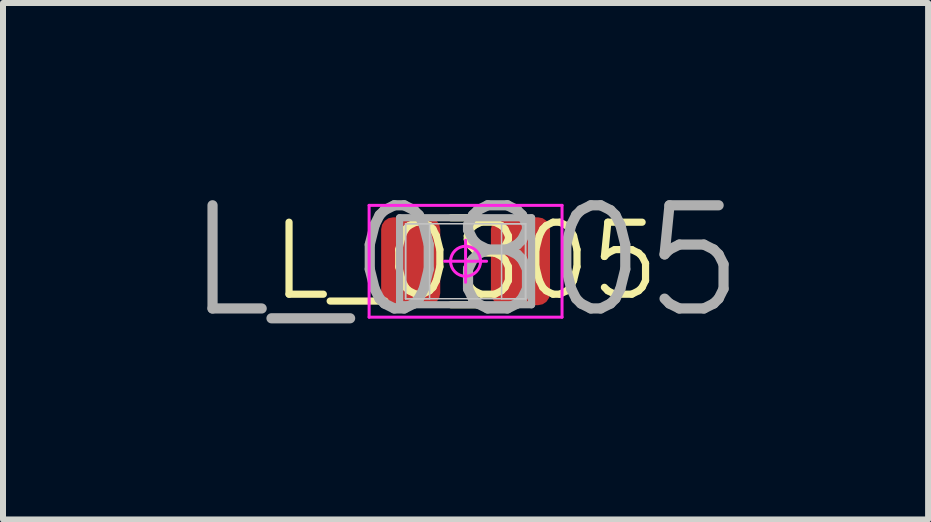
<source format=kicad_pcb>
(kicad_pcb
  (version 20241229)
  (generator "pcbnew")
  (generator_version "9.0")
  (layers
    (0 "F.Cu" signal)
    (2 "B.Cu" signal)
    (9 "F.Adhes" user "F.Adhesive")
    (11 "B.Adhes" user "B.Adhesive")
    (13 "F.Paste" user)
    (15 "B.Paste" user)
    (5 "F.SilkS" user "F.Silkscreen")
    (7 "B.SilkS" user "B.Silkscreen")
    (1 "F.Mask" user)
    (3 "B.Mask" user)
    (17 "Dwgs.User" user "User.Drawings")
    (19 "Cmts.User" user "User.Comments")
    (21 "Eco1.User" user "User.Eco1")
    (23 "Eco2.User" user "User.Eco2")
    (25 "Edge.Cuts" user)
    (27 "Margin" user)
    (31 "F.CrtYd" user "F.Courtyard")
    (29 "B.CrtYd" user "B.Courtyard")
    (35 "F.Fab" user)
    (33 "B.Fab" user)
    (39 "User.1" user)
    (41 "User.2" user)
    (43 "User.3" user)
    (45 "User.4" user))
  (footprint "L_0805"
    (layer "F.Cu")
    (at 4.711 1.305)
    (property "Reference" "L_0805" (at 0 0 0) (layer "F.SilkS") (effects (font (size 1.2 1.2) (thickness 0.12))))
    (attr smd)
    (fp_line (start -0.242 -0.725) (end 0.242 -0.725) (stroke (width 0.12) (type solid)) (layer "F.SilkS"))
    (fp_line (start -0.242 0.725) (end 0.242 0.725) (stroke (width 0.12) (type solid)) (layer "F.SilkS"))
    (fp_line (start -1 -0.625) (end -0.6 -0.625) (stroke (width 0.025) (type solid)) (layer "Dwgs.User"))
    (fp_line (start -1 -0.625) (end 1 -0.625) (stroke (width 0.025) (type solid)) (layer "Dwgs.User"))
    (fp_line (start -1 0.625) (end -1 -0.625) (stroke (width 0.025) (type solid)) (layer "Dwgs.User"))
    (fp_line (start -1 0.625) (end -1 -0.625) (stroke (width 0.025) (type solid)) (layer "Dwgs.User"))
    (fp_line (start -0.6 -0.625) (end -0.6 0.625) (stroke (width 0.025) (type solid)) (layer "Dwgs.User"))
    (fp_line (start -0.6 0.625) (end -1 0.625) (stroke (width 0.025) (type solid)) (layer "Dwgs.User"))
    (fp_line (start 0.6 -0.625) (end 1 -0.625) (stroke (width 0.025) (type solid)) (layer "Dwgs.User"))
    (fp_line (start 0.6 0.625) (end 0.6 -0.625) (stroke (width 0.025) (type solid)) (layer "Dwgs.User"))
    (fp_line (start 1 -0.625) (end 1 0.625) (stroke (width 0.025) (type solid)) (layer "Dwgs.User"))
    (fp_line (start 1 -0.625) (end 1 0.625) (stroke (width 0.025) (type solid)) (layer "Dwgs.User"))
    (fp_line (start 1 0.625) (end -1 0.625) (stroke (width 0.025) (type solid)) (layer "Dwgs.User"))
    (fp_line (start 1 0.625) (end 0.6 0.625) (stroke (width 0.025) (type solid)) (layer "Dwgs.User"))
    (fp_line (start -1.608 -0.932) (end 1.608 -0.932) (stroke (width 0.05) (type solid)) (layer "F.CrtYd"))
    (fp_line (start -1.608 0.932) (end -1.608 -0.932) (stroke (width 0.05) (type solid)) (layer "F.CrtYd"))
    (fp_line (start 0 -0.35) (end 0 0.35) (stroke (width 0.05) (type solid)) (layer "F.CrtYd"))
    (fp_line (start 0.35 0) (end -0.35 0) (stroke (width 0.05) (type solid)) (layer "F.CrtYd"))
    (fp_line (start 1.608 -0.932) (end 1.608 0.932) (stroke (width 0.05) (type solid)) (layer "F.CrtYd"))
    (fp_line (start 1.608 0.932) (end -1.608 0.932) (stroke (width 0.05) (type solid)) (layer "F.CrtYd"))
    (fp_circle (center 0 0) (end 0 0.25) (stroke (width 0.05) (type solid)) (fill no) (layer "F.CrtYd"))
    (fp_line (start -1.1 -0.725) (end 1.1 -0.725) (stroke (width 0.12) (type solid)) (layer "F.Fab"))
    (fp_line (start -1.1 0.725) (end -1.1 -0.725) (stroke (width 0.12) (type solid)) (layer "F.Fab"))
    (fp_line (start 1.1 -0.725) (end 1.1 0.725) (stroke (width 0.12) (type solid)) (layer "F.Fab"))
    (fp_line (start 1.1 0.725) (end -1.1 0.725) (stroke (width 0.12) (type solid)) (layer "F.Fab"))
    (fp_text user "${REFERENCE}" (at 0 0 0) (layer "F.Fab") (effects (font (size 1.72 1.72) (thickness 0.17))))
    (pad "1" smd roundrect (at -0.915 0) (size 0.985 1.465) (layers "F.Cu" "F.Mask" "F.Paste") (roundrect_rratio 0.203))
    (pad "2" smd roundrect (at 0.915 0) (size 0.985 1.465) (layers "F.Cu" "F.Mask" "F.Paste") (roundrect_rratio 0.203)))
  (gr_rect
    (start -3 -3)
    (end 12.421 5.609)
    (stroke (width 0.1) (type default))
    (fill no)
    (layer "Edge.Cuts")))
</source>
